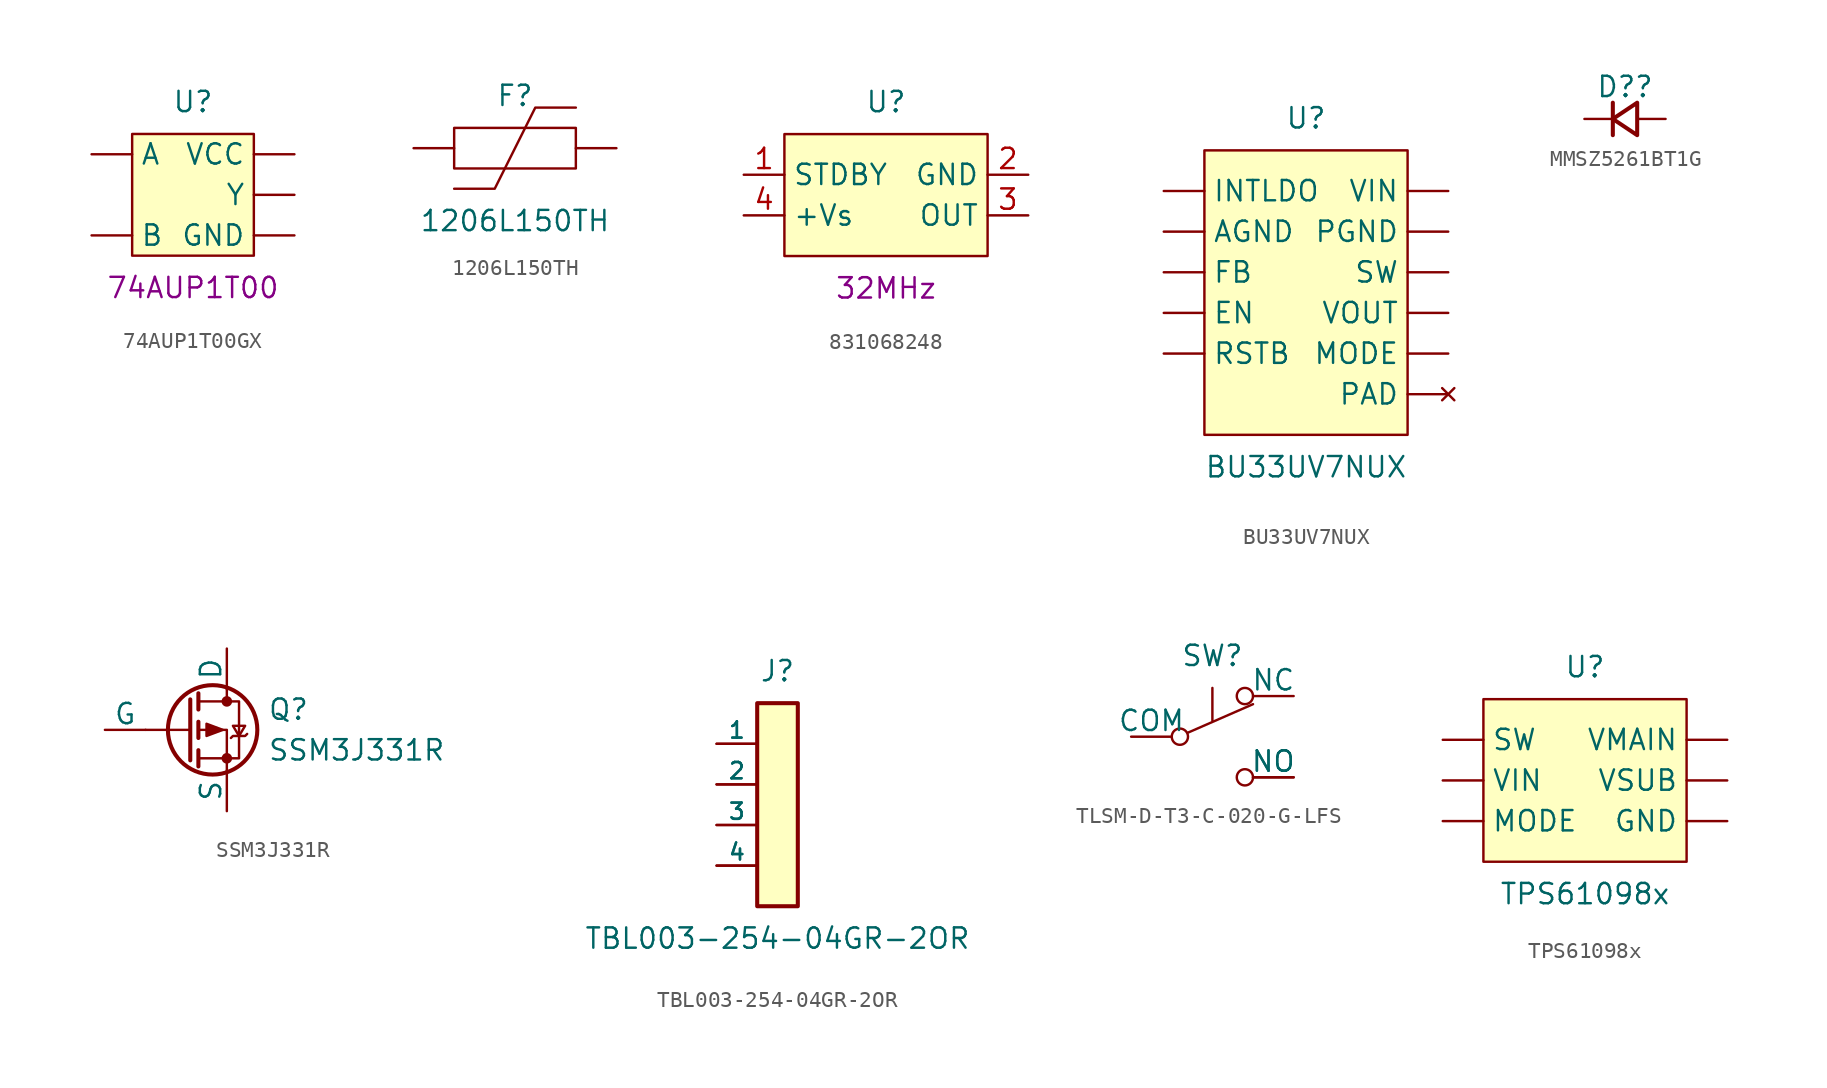
<source format=kicad_sym>
(kicad_symbol_lib
  (version 20211014)
  (generator kicad_symbol_editor)
  (symbol "74AUP1T00GX"
    (pin_numbers hide)
    (property "Reference" "U"
      (at 0 5.08 0)
      (effects (font (size 1.27 1.27)) (justify bottom)))
    (property "ID" "74AUP1T00"
      (at 0 -5.08 0)
      (effects (font (size 1.27 1.27)) (justify top)))
    (symbol "74AUP1T00GX_0_0"
      (pin bidirectional line (at -6.35 -2.54 0) (length 2.54) (name "B" (effects (font (size 1.27 1.27)))) (number "1" (effects (font (size 1.27 1.27)))))
      (pin bidirectional line (at -6.35 2.54 0) (length 2.54) (name "A" (effects (font (size 1.27 1.27)))) (number "2" (effects (font (size 1.27 1.27)))))
      (pin bidirectional line (at 6.35 -2.54 180) (length 2.54) (name "GND" (effects (font (size 1.27 1.27)))) (number "3" (effects (font (size 1.27 1.27)))))
      (pin bidirectional line (at 6.35 0 180) (length 2.54) (name "Y" (effects (font (size 1.27 1.27)))) (number "4" (effects (font (size 1.27 1.27)))))
      (pin bidirectional line (at 6.35 2.54 180) (length 2.54) (name "VCC" (effects (font (size 1.27 1.27)))) (number "5" (effects (font (size 1.27 1.27))))))
    (symbol "74AUP1T00GX_0_1"
      (rectangle (start -3.81 3.81) (end 3.81 -3.81) (stroke (width 0) (type default) (color 0 0 0 0)) (fill (type background)))))
  (symbol "1206L150TH"
    (pin_numbers hide)
    (pin_names hide)
    (property "Reference" "F"
      (at 0 2.54 0)
      (effects (font (size 1.27 1.27)) (justify bottom)))
    (property "Value" "1206L150TH"
      (at 0 -3.81 0)
      (effects (font (size 1.27 1.27)) (justify top)))
    (symbol "1206L150TH_0_0"
      (pin bidirectional line (at -6.35 0 0) (length 2.54) (name "" (effects (font (size 1.27 1.27)))) (number "1" (effects (font (size 1.27 1.27)))))
      (pin bidirectional line (at 6.35 0 180) (length 2.54) (name "" (effects (font (size 1.27 1.27)))) (number "2" (effects (font (size 1.27 1.27))))))
    (symbol "1206L150TH_0_1"
      (rectangle (start -3.81 1.27) (end 3.81 -1.27) (stroke (width 0) (type default) (color 0 0 0 0)) (fill (type none)))
      (polyline (pts (xy -3.81 -2.54) (xy -1.27 -2.54) (xy 1.27 2.54) (xy 3.81 2.54)) (stroke (width 0) (type default) (color 0 0 0 0)) (fill (type none)))))
  (symbol "831068248"
    (property "Reference" "U"
      (at 0 5.08 0)
      (effects (font (size 1.27 1.27)) (justify bottom)))
    (property "Frequency" "32MHz"
      (at 0 -5.08 0)
      (effects (font (size 1.27 1.27)) (justify top)))
    (symbol "831068248_0_0"
      (pin bidirectional line (at -8.89 1.27 0) (length 2.54) (name "STDBY" (effects (font (size 1.27 1.27)))) (number "1" (effects (font (size 1.27 1.27)))))
      (pin passive line (at 8.89 1.27 180) (length 2.54) (name "GND" (effects (font (size 1.27 1.27)))) (number "2" (effects (font (size 1.27 1.27)))))
      (pin output line (at 8.89 -1.27 180) (length 2.54) (name "OUT" (effects (font (size 1.27 1.27)))) (number "3" (effects (font (size 1.27 1.27)))))
      (pin power_out line (at -8.89 -1.27 0) (length 2.54) (name "+Vs" (effects (font (size 1.27 1.27)))) (number "4" (effects (font (size 1.27 1.27))))))
    (symbol "831068248_0_1"
      (rectangle (start -6.35 3.81) (end 6.35 -3.81) (stroke (width 0) (type default) (color 0 0 0 0)) (fill (type background)))))
  (symbol "BU33UV7NUX"
    (pin_numbers hide)
    (property "Reference" "U"
      (at 0 10.16 0)
      (effects (font (size 1.27 1.27)) (justify bottom)))
    (property "Value" "BU33UV7NUX"
      (at 0 -10.16 0)
      (effects (font (size 1.27 1.27)) (justify top)))
    (symbol "BU33UV7NUX_0_0"
      (pin unspecified line (at -8.89 6.35 0) (length 2.54) (name "INTLDO" (effects (font (size 1.27 1.27)))) (number "1" (effects (font (size 1.27 1.27)))))
      (pin unspecified line (at 8.89 6.35 180) (length 2.54) (name "VIN" (effects (font (size 1.27 1.27)))) (number "10" (effects (font (size 1.27 1.27)))))
      (pin no_connect line (at 8.89 -6.35 180) (length 2.54) (name "PAD" (effects (font (size 1.27 1.27)))) (number "11" (effects (font (size 1.27 1.27)))))
      (pin unspecified line (at -8.89 3.81 0) (length 2.54) (name "AGND" (effects (font (size 1.27 1.27)))) (number "2" (effects (font (size 1.27 1.27)))))
      (pin unspecified line (at -8.89 1.27 0) (length 2.54) (name "FB" (effects (font (size 1.27 1.27)))) (number "3" (effects (font (size 1.27 1.27)))))
      (pin unspecified line (at -8.89 -1.27 0) (length 2.54) (name "EN" (effects (font (size 1.27 1.27)))) (number "4" (effects (font (size 1.27 1.27)))))
      (pin unspecified line (at -8.89 -3.81 0) (length 2.54) (name "RSTB" (effects (font (size 1.27 1.27)))) (number "5" (effects (font (size 1.27 1.27)))))
      (pin unspecified line (at 8.89 -3.81 180) (length 2.54) (name "MODE" (effects (font (size 1.27 1.27)))) (number "6" (effects (font (size 1.27 1.27)))))
      (pin unspecified line (at 8.89 -1.27 180) (length 2.54) (name "VOUT" (effects (font (size 1.27 1.27)))) (number "7" (effects (font (size 1.27 1.27)))))
      (pin unspecified line (at 8.89 1.27 180) (length 2.54) (name "SW" (effects (font (size 1.27 1.27)))) (number "8" (effects (font (size 1.27 1.27)))))
      (pin unspecified line (at 8.89 3.81 180) (length 2.54) (name "PGND" (effects (font (size 1.27 1.27)))) (number "9" (effects (font (size 1.27 1.27))))))
    (symbol "BU33UV7NUX_0_1"
      (rectangle (start -6.35 8.89) (end 6.35 -8.89) (stroke (width 0) (type default) (color 0 0 0 0)) (fill (type background)))))
  (symbol "MMSZ5261BT1G"
    (pin_numbers hide)
    (pin_names
      (offset 0.254) hide)
    (property "Reference" "D?"
      (at 0 1.27 0)
      (effects (font (size 1.27 1.27)) (justify bottom)))
    (symbol "MMSZ5261BT1G_0_1"
      (polyline (pts (xy -0.762 -1.016) (xy -0.762 1.016)) (stroke (width 0.254) (type default) (color 0 0 0 0)) (fill (type none)))
      (polyline (pts (xy 0.762 -1.016) (xy -0.762 0) (xy 0.762 1.016) (xy 0.762 -1.016)) (stroke (width 0.254) (type default) (color 0 0 0 0)) (fill (type none))))
    (symbol "MMSZ5261BT1G_1_1"
      (pin passive line (at -2.54 0 0) (length 1.778) (name "C" (effects (font (size 1.27 1.27)))) (number "1" (effects (font (size 1.27 1.27)))))
      (pin passive line (at 2.54 0 180) (length 1.778) (name "A" (effects (font (size 1.27 1.27)))) (number "2" (effects (font (size 1.27 1.27)))))))
  (symbol "SSM3J331R"
    (pin_numbers hide)
    (pin_names
      (offset 0))
    (property "Reference" "Q"
      (at 5.08 1.27 0)
      (effects (font (size 1.27 1.27)) (justify left)))
    (property "Value" "SSM3J331R"
      (at 5.08 -1.27 0)
      (effects (font (size 1.27 1.27)) (justify left)))
    (symbol "SSM3J331R_0_1"
      (polyline (pts (xy 0.254 0) (xy -2.54 0)) (stroke (width 0) (type default) (color 0 0 0 0)) (fill (type none)))
      (polyline (pts (xy 0.254 1.905) (xy 0.254 -1.905)) (stroke (width 0.254) (type default) (color 0 0 0 0)) (fill (type none)))
      (polyline (pts (xy 0.762 -1.27) (xy 0.762 -2.286)) (stroke (width 0.254) (type default) (color 0 0 0 0)) (fill (type none)))
      (polyline (pts (xy 0.762 0.508) (xy 0.762 -0.508)) (stroke (width 0.254) (type default) (color 0 0 0 0)) (fill (type none)))
      (polyline (pts (xy 0.762 2.286) (xy 0.762 1.27)) (stroke (width 0.254) (type default) (color 0 0 0 0)) (fill (type none)))
      (polyline (pts (xy 2.54 2.54) (xy 2.54 1.778)) (stroke (width 0) (type default) (color 0 0 0 0)) (fill (type none)))
      (polyline (pts (xy 2.54 -2.54) (xy 2.54 0) (xy 0.762 0)) (stroke (width 0) (type default) (color 0 0 0 0)) (fill (type none)))
      (polyline (pts (xy 0.762 1.778) (xy 3.302 1.778) (xy 3.302 -1.778) (xy 0.762 -1.778)) (stroke (width 0) (type default) (color 0 0 0 0)) (fill (type none)))
      (polyline (pts (xy 2.286 0) (xy 1.27 0.381) (xy 1.27 -0.381) (xy 2.286 0)) (stroke (width 0) (type default) (color 0 0 0 0)) (fill (type outline)))
      (polyline (pts (xy 2.794 -0.508) (xy 2.921 -0.381) (xy 3.683 -0.381) (xy 3.81 -0.254)) (stroke (width 0) (type default) (color 0 0 0 0)) (fill (type none)))
      (polyline (pts (xy 3.302 -0.381) (xy 2.921 0.254) (xy 3.683 0.254) (xy 3.302 -0.381)) (stroke (width 0) (type default) (color 0 0 0 0)) (fill (type none)))
      (circle (center 1.651 0) (radius 2.794) (stroke (width 0.254) (type default) (color 0 0 0 0)) (fill (type none)))
      (circle (center 2.54 -1.778) (radius 0.254) (stroke (width 0) (type default) (color 0 0 0 0)) (fill (type outline)))
      (circle (center 2.54 1.778) (radius 0.254) (stroke (width 0) (type default) (color 0 0 0 0)) (fill (type outline))))
    (symbol "SSM3J331R_1_1"
      (pin input line (at -5.08 0 0) (length 2.54) (name "G" (effects (font (size 1.27 1.27)))) (number "1" (effects (font (size 1.27 1.27)))))
      (pin passive line (at 2.54 -5.08 90) (length 2.54) (name "S" (effects (font (size 1.27 1.27)))) (number "2" (effects (font (size 1.27 1.27)))))
      (pin passive line (at 2.54 5.08 270) (length 2.54) (name "D" (effects (font (size 1.27 1.27)))) (number "3" (effects (font (size 1.27 1.27)))))))
  (symbol "TBL003-254-04GR-2OR"
    (pin_numbers hide)
    (pin_names
      (offset 0))
    (property "Reference" "J"
      (at 0 7.62 0)
      (effects (font (size 1.27 1.27)) (justify bottom)))
    (property "Value" "TBL003-254-04GR-2OR"
      (at 0 -7.62 0)
      (effects (font (size 1.27 1.27)) (justify top)))
    (symbol "TBL003-254-04GR-2OR_0_0"
      (rectangle (start -1.27 6.35) (end 1.27 -6.35) (stroke (width 0.254) (type default) (color 0 0 0 0)) (fill (type background)))
      (pin passive line (at -3.81 3.81 0) (length 2.54) (name "1" (effects (font (size 1.016 1.016)))) (number "1_A" (effects (font (size 1.016 1.016)))))
      (pin passive line (at -3.81 3.81 0) (length 2.54) (name "1" (effects (font (size 1.016 1.016)))) (number "1_B" (effects (font (size 1.016 1.016)))))
      (pin passive line (at -3.81 1.27 0) (length 2.54) (name "2" (effects (font (size 1.016 1.016)))) (number "2_A" (effects (font (size 1.016 1.016)))))
      (pin passive line (at -3.81 1.27 0) (length 2.54) (name "2" (effects (font (size 1.016 1.016)))) (number "2_B" (effects (font (size 1.016 1.016)))))
      (pin passive line (at -3.81 -1.27 0) (length 2.54) (name "3" (effects (font (size 1.016 1.016)))) (number "3_A" (effects (font (size 1.016 1.016)))))
      (pin passive line (at -3.81 -1.27 0) (length 2.54) (name "3" (effects (font (size 1.016 1.016)))) (number "3_B" (effects (font (size 1.016 1.016)))))
      (pin passive line (at -3.81 -3.81 0) (length 2.54) (name "4" (effects (font (size 1.016 1.016)))) (number "4_A" (effects (font (size 1.016 1.016)))))
      (pin passive line (at -3.81 -3.81 0) (length 2.54) (name "4" (effects (font (size 1.016 1.016)))) (number "4_B" (effects (font (size 1.016 1.016)))))))
  (symbol "TLSM-D-T3-C-020-G-LFS"
    (pin_numbers hide)
    (pin_names
      (offset 0))
    (property "Reference" "SW"
      (at 0 4.318 0)
      (effects (font (size 1.27 1.27)) (justify bottom)))
    (symbol "TLSM-D-T3-C-020-G-LFS_0_0"
      (circle (center -2.032 0) (radius 0.508) (stroke (width 0) (type default) (color 0 0 0 0)) (fill (type none)))
      (polyline (pts (xy 0 1.016) (xy 0 3.048)) (stroke (width 0) (type default) (color 0 0 0 0)) (fill (type none)))
      (circle (center 2.032 -2.54) (radius 0.508) (stroke (width 0) (type default) (color 0 0 0 0)) (fill (type none))))
    (symbol "TLSM-D-T3-C-020-G-LFS_0_1"
      (polyline (pts (xy -1.524 0.254) (xy 2.54 2.032)) (stroke (width 0) (type default) (color 0 0 0 0)) (fill (type none)))
      (circle (center 2.032 2.54) (radius 0.508) (stroke (width 0) (type default) (color 0 0 0 0)) (fill (type none))))
    (symbol "TLSM-D-T3-C-020-G-LFS_1_1"
      (pin passive line (at -5.08 0 0) (length 2.54) (name "COM" (effects (font (size 1.27 1.27)))) (number "A" (effects (font (size 1.27 1.27)))))
      (pin passive line (at 5.08 2.54 180) (length 2.54) (name "NC" (effects (font (size 1.27 1.27)))) (number "B" (effects (font (size 1.27 1.27)))))
      (pin passive line (at 5.08 -2.54 180) (length 2.54) (name "NO" (effects (font (size 1.27 1.27)))) (number "C" (effects (font (size 1.27 1.27)))))
      (pin passive line (at 5.08 -2.54 180) (length 2.54) (name "NO" (effects (font (size 1.27 1.27)))) (number "D" (effects (font (size 1.27 1.27)))))))
  (symbol "TPS61098x"
    (pin_numbers hide)
    (property "Reference" "U"
      (at 0 6.35 0)
      (effects (font (size 1.27 1.27)) (justify bottom)))
    (property "Value" "TPS61098x"
      (at 0 -6.35 0)
      (effects (font (size 1.27 1.27)) (justify top)))
    (symbol "TPS61098x_0_0"
      (pin unspecified line (at 8.89 2.54 180) (length 2.54) (name "VMAIN" (effects (font (size 1.27 1.27)))) (number "1" (effects (font (size 1.27 1.27)))))
      (pin unspecified line (at -8.89 2.54 0) (length 2.54) (name "SW" (effects (font (size 1.27 1.27)))) (number "2" (effects (font (size 1.27 1.27)))))
      (pin unspecified line (at -8.89 0 0) (length 2.54) (name "VIN" (effects (font (size 1.27 1.27)))) (number "3" (effects (font (size 1.27 1.27)))))
      (pin unspecified line (at -8.89 -2.54 0) (length 2.54) (name "MODE" (effects (font (size 1.27 1.27)))) (number "4" (effects (font (size 1.27 1.27)))))
      (pin unspecified line (at 8.89 0 180) (length 2.54) (name "VSUB" (effects (font (size 1.27 1.27)))) (number "5" (effects (font (size 1.27 1.27)))))
      (pin unspecified line (at 8.89 -2.54 180) (length 2.54) (name "GND" (effects (font (size 1.27 1.27)))) (number "6" (effects (font (size 1.27 1.27))))))
    (symbol "TPS61098x_0_1"
      (rectangle (start -6.35 5.08) (end 6.35 -5.08) (stroke (width 0) (type default) (color 0 0 0 0)) (fill (type background))))))
</source>
